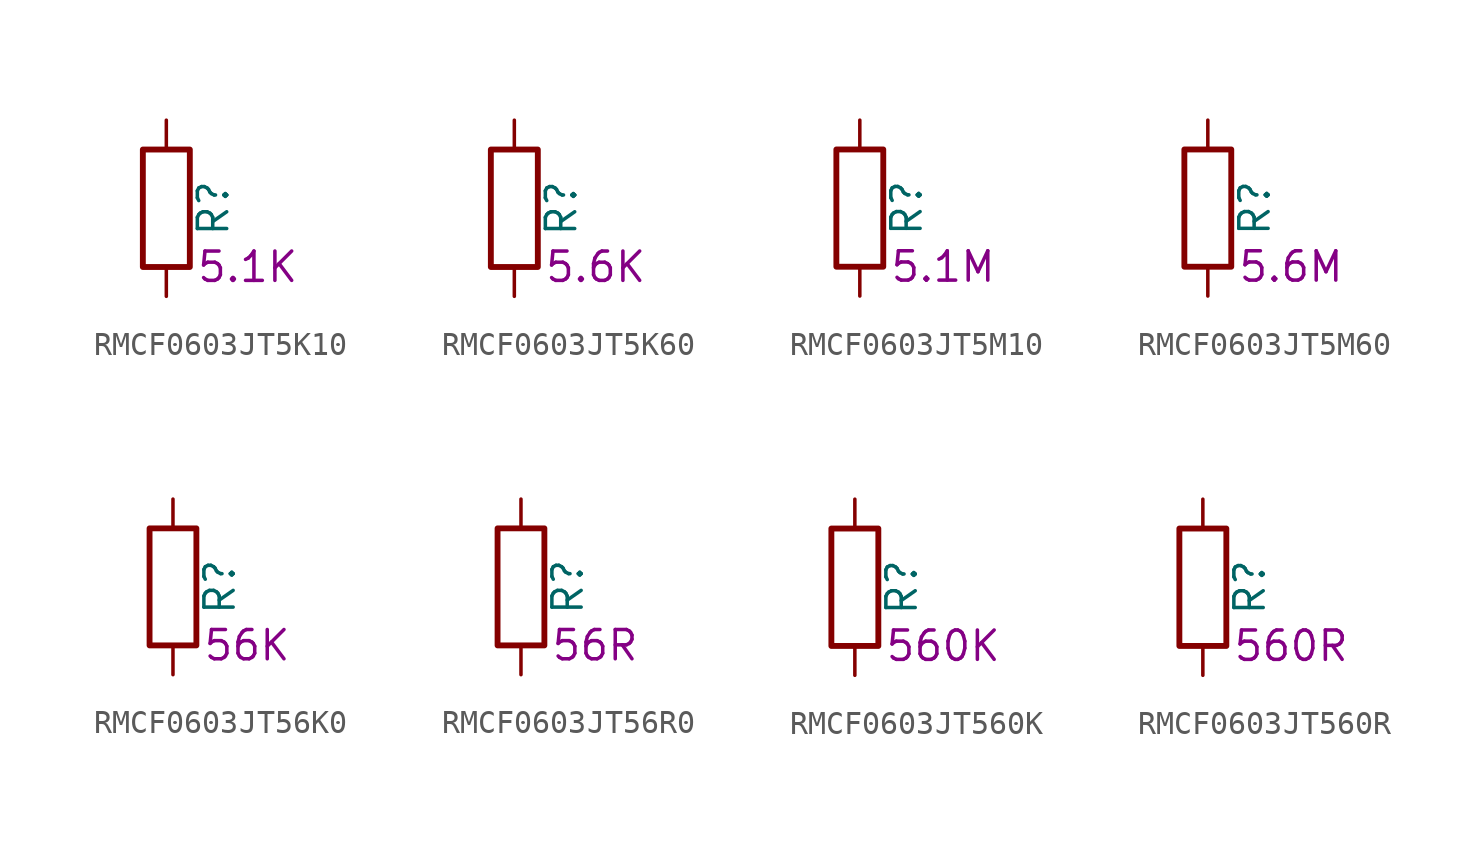
<source format=kicad_sym>
(kicad_symbol_lib
  (version 20220914)
  (generator kicad_symbol_editor)
  (symbol "RMCF0603JT5K10"
    (pin_numbers hide)
    (pin_names
      (offset 0))
    (property "Reference" "R"
      (at 2.032 0 90)
      (effects (font (size 1.27 1.27))))
    (property "Resistance" "5.1K"
      (at 1.27 -2.54 0)
      (effects (font (size 1.27 1.27)) (justify left)))
    (symbol "RMCF0603JT5K10_0_1"
      (rectangle (start -1.016 -2.54) (end 1.016 2.54) (stroke (width 0.254) (type default)) (fill (type none))))
    (symbol "RMCF0603JT5K10_1_1"
      (pin passive line (at 0 3.81 270) (length 1.27) (name "~" (effects (font (size 1.27 1.27)))) (number "1" (effects (font (size 1.27 1.27)))))
      (pin passive line (at 0 -3.81 90) (length 1.27) (name "~" (effects (font (size 1.27 1.27)))) (number "2" (effects (font (size 1.27 1.27)))))))
  (symbol "RMCF0603JT5K60"
    (pin_numbers hide)
    (pin_names
      (offset 0))
    (property "Reference" "R"
      (at 2.032 0 90)
      (effects (font (size 1.27 1.27))))
    (property "Resistance" "5.6K"
      (at 1.27 -2.54 0)
      (effects (font (size 1.27 1.27)) (justify left)))
    (symbol "RMCF0603JT5K60_0_1"
      (rectangle (start -1.016 -2.54) (end 1.016 2.54) (stroke (width 0.254) (type default)) (fill (type none))))
    (symbol "RMCF0603JT5K60_1_1"
      (pin passive line (at 0 3.81 270) (length 1.27) (name "~" (effects (font (size 1.27 1.27)))) (number "1" (effects (font (size 1.27 1.27)))))
      (pin passive line (at 0 -3.81 90) (length 1.27) (name "~" (effects (font (size 1.27 1.27)))) (number "2" (effects (font (size 1.27 1.27)))))))
  (symbol "RMCF0603JT5M10"
    (pin_numbers hide)
    (pin_names
      (offset 0))
    (property "Reference" "R"
      (at 2.032 0 90)
      (effects (font (size 1.27 1.27))))
    (property "Resistance" "5.1M"
      (at 1.27 -2.54 0)
      (effects (font (size 1.27 1.27)) (justify left)))
    (symbol "RMCF0603JT5M10_0_1"
      (rectangle (start -1.016 -2.54) (end 1.016 2.54) (stroke (width 0.254) (type default)) (fill (type none))))
    (symbol "RMCF0603JT5M10_1_1"
      (pin passive line (at 0 3.81 270) (length 1.27) (name "~" (effects (font (size 1.27 1.27)))) (number "1" (effects (font (size 1.27 1.27)))))
      (pin passive line (at 0 -3.81 90) (length 1.27) (name "~" (effects (font (size 1.27 1.27)))) (number "2" (effects (font (size 1.27 1.27)))))))
  (symbol "RMCF0603JT5M60"
    (pin_numbers hide)
    (pin_names
      (offset 0))
    (property "Reference" "R"
      (at 2.032 0 90)
      (effects (font (size 1.27 1.27))))
    (property "Resistance" "5.6M"
      (at 1.27 -2.54 0)
      (effects (font (size 1.27 1.27)) (justify left)))
    (symbol "RMCF0603JT5M60_0_1"
      (rectangle (start -1.016 -2.54) (end 1.016 2.54) (stroke (width 0.254) (type default)) (fill (type none))))
    (symbol "RMCF0603JT5M60_1_1"
      (pin passive line (at 0 3.81 270) (length 1.27) (name "~" (effects (font (size 1.27 1.27)))) (number "1" (effects (font (size 1.27 1.27)))))
      (pin passive line (at 0 -3.81 90) (length 1.27) (name "~" (effects (font (size 1.27 1.27)))) (number "2" (effects (font (size 1.27 1.27)))))))
  (symbol "RMCF0603JT56K0"
    (pin_numbers hide)
    (pin_names
      (offset 0))
    (property "Reference" "R"
      (at 2.032 0 90)
      (effects (font (size 1.27 1.27))))
    (property "Resistance" "56K"
      (at 1.27 -2.54 0)
      (effects (font (size 1.27 1.27)) (justify left)))
    (symbol "RMCF0603JT56K0_0_1"
      (rectangle (start -1.016 -2.54) (end 1.016 2.54) (stroke (width 0.254) (type default)) (fill (type none))))
    (symbol "RMCF0603JT56K0_1_1"
      (pin passive line (at 0 3.81 270) (length 1.27) (name "~" (effects (font (size 1.27 1.27)))) (number "1" (effects (font (size 1.27 1.27)))))
      (pin passive line (at 0 -3.81 90) (length 1.27) (name "~" (effects (font (size 1.27 1.27)))) (number "2" (effects (font (size 1.27 1.27)))))))
  (symbol "RMCF0603JT56R0"
    (pin_numbers hide)
    (pin_names
      (offset 0))
    (property "Reference" "R"
      (at 2.032 0 90)
      (effects (font (size 1.27 1.27))))
    (property "Resistance" "56R"
      (at 1.27 -2.54 0)
      (effects (font (size 1.27 1.27)) (justify left)))
    (symbol "RMCF0603JT56R0_0_1"
      (rectangle (start -1.016 -2.54) (end 1.016 2.54) (stroke (width 0.254) (type default)) (fill (type none))))
    (symbol "RMCF0603JT56R0_1_1"
      (pin passive line (at 0 3.81 270) (length 1.27) (name "~" (effects (font (size 1.27 1.27)))) (number "1" (effects (font (size 1.27 1.27)))))
      (pin passive line (at 0 -3.81 90) (length 1.27) (name "~" (effects (font (size 1.27 1.27)))) (number "2" (effects (font (size 1.27 1.27)))))))
  (symbol "RMCF0603JT560K"
    (pin_numbers hide)
    (pin_names
      (offset 0))
    (property "Reference" "R"
      (at 2.032 0 90)
      (effects (font (size 1.27 1.27))))
    (property "Resistance" "560K"
      (at 1.27 -2.54 0)
      (effects (font (size 1.27 1.27)) (justify left)))
    (symbol "RMCF0603JT560K_0_1"
      (rectangle (start -1.016 -2.54) (end 1.016 2.54) (stroke (width 0.254) (type default)) (fill (type none))))
    (symbol "RMCF0603JT560K_1_1"
      (pin passive line (at 0 3.81 270) (length 1.27) (name "~" (effects (font (size 1.27 1.27)))) (number "1" (effects (font (size 1.27 1.27)))))
      (pin passive line (at 0 -3.81 90) (length 1.27) (name "~" (effects (font (size 1.27 1.27)))) (number "2" (effects (font (size 1.27 1.27)))))))
  (symbol "RMCF0603JT560R"
    (pin_numbers hide)
    (pin_names
      (offset 0))
    (property "Reference" "R"
      (at 2.032 0 90)
      (effects (font (size 1.27 1.27))))
    (property "Resistance" "560R"
      (at 1.27 -2.54 0)
      (effects (font (size 1.27 1.27)) (justify left)))
    (symbol "RMCF0603JT560R_0_1"
      (rectangle (start -1.016 -2.54) (end 1.016 2.54) (stroke (width 0.254) (type default)) (fill (type none))))
    (symbol "RMCF0603JT560R_1_1"
      (pin passive line (at 0 3.81 270) (length 1.27) (name "~" (effects (font (size 1.27 1.27)))) (number "1" (effects (font (size 1.27 1.27)))))
      (pin passive line (at 0 -3.81 90) (length 1.27) (name "~" (effects (font (size 1.27 1.27)))) (number "2" (effects (font (size 1.27 1.27))))))))
</source>
